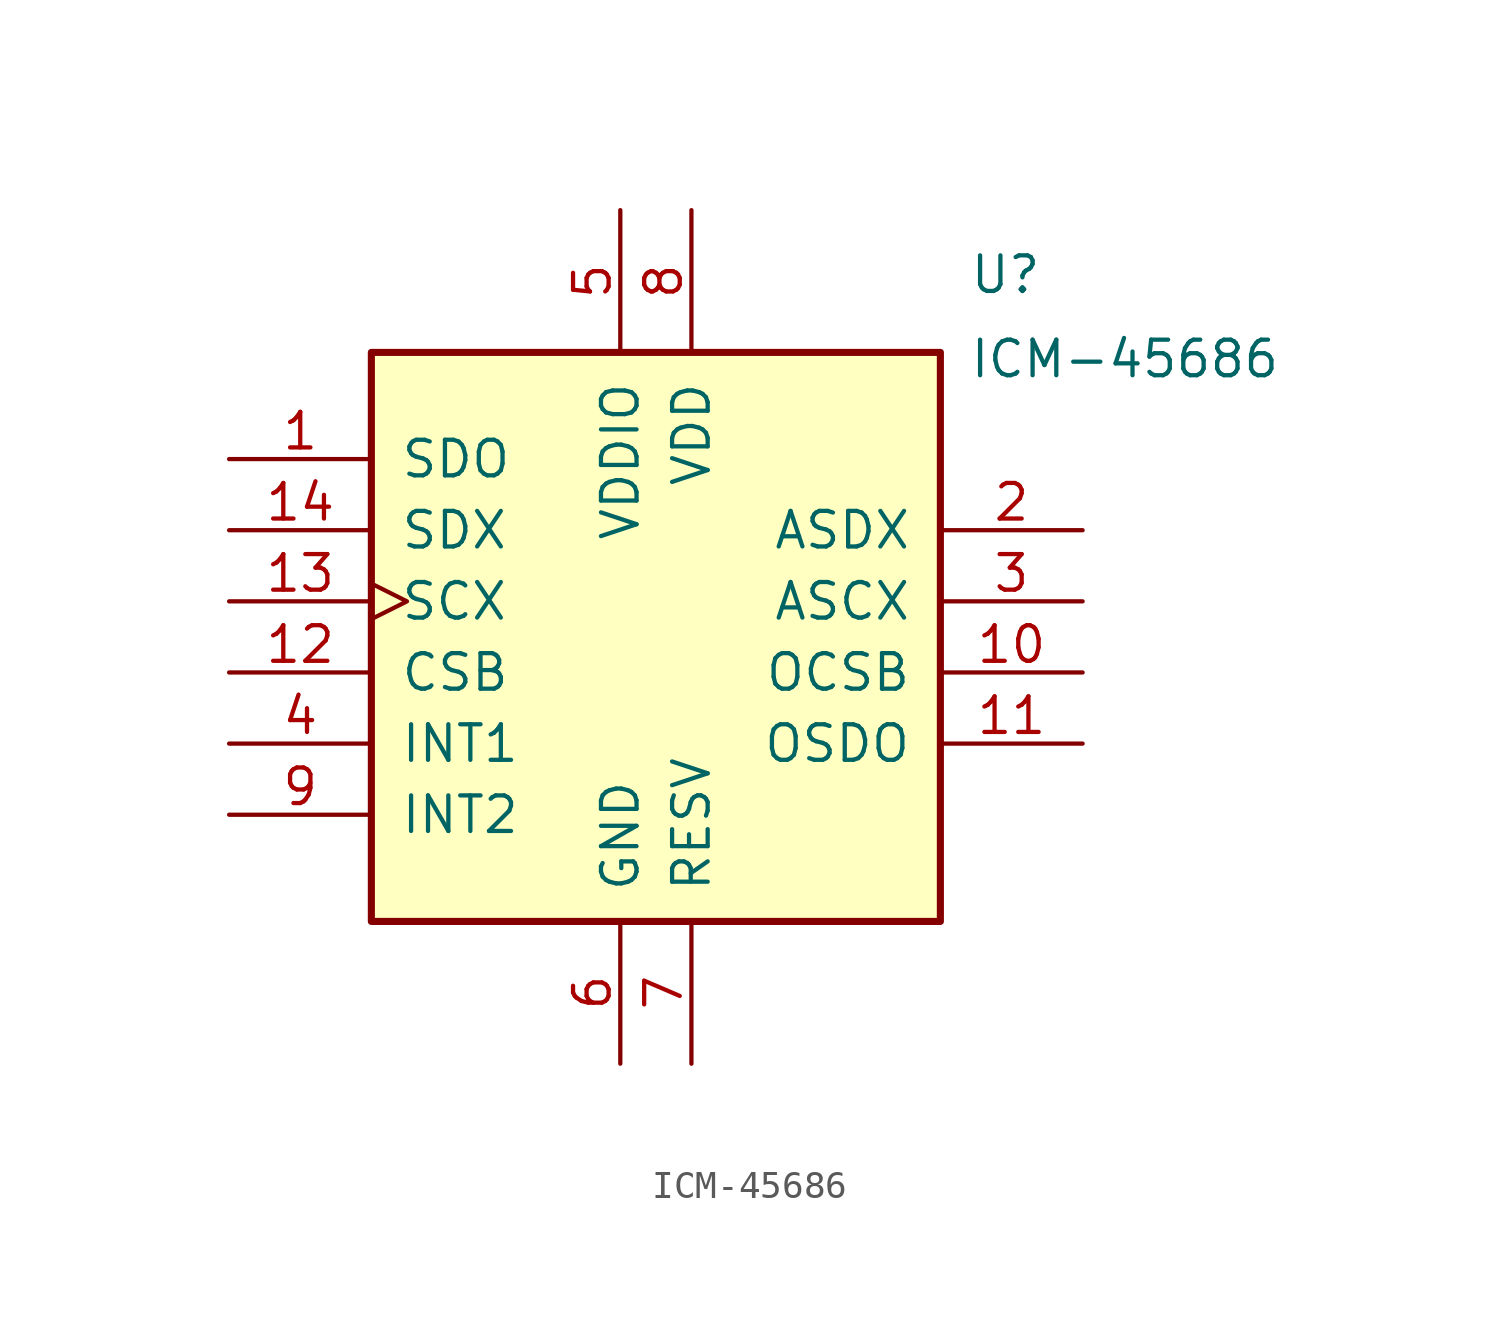
<source format=kicad_sym>
(kicad_symbol_lib
  (version 20241209)
  (generator "kicad_symbol_editor")
  (generator_version "9.0")
  (symbol "ICM-45686"
    (pin_names
      (offset 1.016))
    (property "Reference" "U"
      (at 11.176 12.192 0)
      (effects (font (size 1.27 1.27)) (justify left bottom)))
    (property "Value" "ICM-45686"
      (at 11.176 10.668 0)
      (effects (font (size 1.27 1.27)) (justify left top)))
    (symbol "ICM-45686_0_0"
      (rectangle (start -10.16 10.16) (end 10.16 -10.16) (stroke (width 0.254) (type default)) (fill (type background)))
      (pin power_in line (at -1.27 15.24 270) (length 5.08) (name "VDDIO" (effects (font (size 1.27 1.27)))) (number "5" (effects (font (size 1.27 1.27)))))
      (pin power_in line (at -1.27 -15.24 90) (length 5.08) (name "GND" (effects (font (size 1.27 1.27)))) (number "6" (effects (font (size 1.27 1.27)))))
      (pin power_in line (at 1.27 15.24 270) (length 5.08) (name "VDD" (effects (font (size 1.27 1.27)))) (number "8" (effects (font (size 1.27 1.27)))))
      (pin passive line (at 1.27 -15.24 90) (length 5.08) (name "RESV" (effects (font (size 1.27 1.27)))) (number "7" (effects (font (size 1.27 1.27))))))
    (symbol "ICM-45686_1_0"
      (pin bidirectional line (at -15.24 6.35 0) (length 5.08) (name "SDO" (effects (font (size 1.27 1.27)))) (number "1" (effects (font (size 1.27 1.27)))))
      (pin bidirectional line (at -15.24 3.81 0) (length 5.08) (name "SDX" (effects (font (size 1.27 1.27)))) (number "14" (effects (font (size 1.27 1.27)))))
      (pin input clock (at -15.24 1.27 0) (length 5.08) (name "SCX" (effects (font (size 1.27 1.27)))) (number "13" (effects (font (size 1.27 1.27)))))
      (pin input line (at -15.24 -1.27 0) (length 5.08) (name "CSB" (effects (font (size 1.27 1.27)))) (number "12" (effects (font (size 1.27 1.27)))))
      (pin output line (at -15.24 -3.81 0) (length 5.08) (name "INT1" (effects (font (size 1.27 1.27)))) (number "4" (effects (font (size 1.27 1.27)))))
      (pin bidirectional line (at -15.24 -6.35 0) (length 5.08) (name "INT2" (effects (font (size 1.27 1.27)))) (number "9" (effects (font (size 1.27 1.27)))))
      (pin bidirectional line (at 15.24 3.81 180) (length 5.08) (name "ASDX" (effects (font (size 1.27 1.27)))) (number "2" (effects (font (size 1.27 1.27)))))
      (pin bidirectional line (at 15.24 1.27 180) (length 5.08) (name "ASCX" (effects (font (size 1.27 1.27)))) (number "3" (effects (font (size 1.27 1.27)))))
      (pin input line (at 15.24 -1.27 180) (length 5.08) (name "OCSB" (effects (font (size 1.27 1.27)))) (number "10" (effects (font (size 1.27 1.27)))))
      (pin output line (at 15.24 -3.81 180) (length 5.08) (name "OSDO" (effects (font (size 1.27 1.27)))) (number "11" (effects (font (size 1.27 1.27))))))))
</source>
